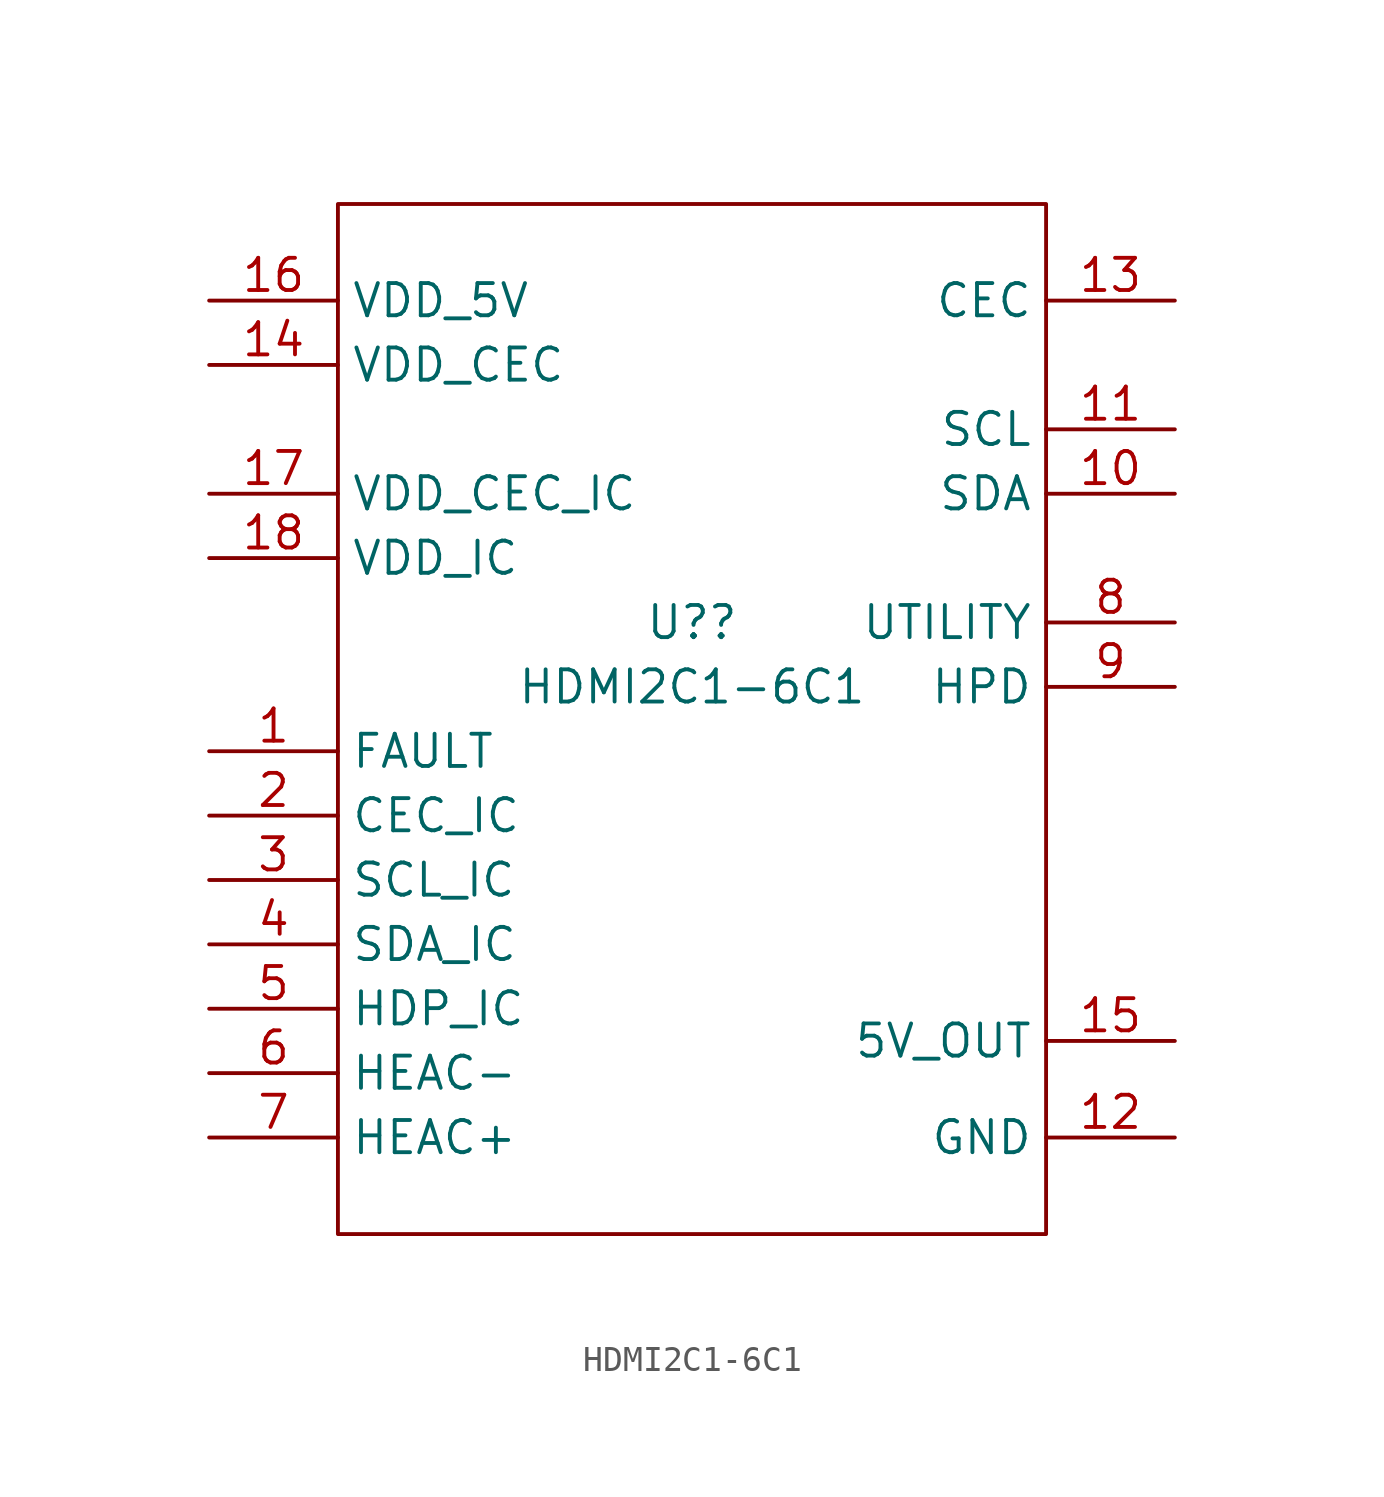
<source format=kicad_sym>
(kicad_symbol_lib
  (version 20220914)
  (generator kicad_symbol_editor)
  (symbol "HDMI2C1-6C1"
    (property "Reference" "U?"
      (at 0 3.81 0)
      (effects (font (size 1.27 1.27))))
    (property "Value" "HDMI2C1-6C1"
      (at 0 1.27 0)
      (effects (font (size 1.27 1.27))))
    (symbol "HDMI2C1-6C1_0_1"
      (rectangle (start -13.97 20.32) (end 13.97 -20.32) (stroke (width 0) (type default)) (fill (type none))))
    (symbol "HDMI2C1-6C1_1_1"
      (pin output line (at -19.05 -1.27 0) (length 5.08) (name "FAULT" (effects (font (size 1.27 1.27)))) (number "1" (effects (font (size 1.27 1.27)))))
      (pin bidirectional line (at 19.05 8.89 180) (length 5.08) (name "SDA" (effects (font (size 1.27 1.27)))) (number "10" (effects (font (size 1.27 1.27)))))
      (pin bidirectional line (at 19.05 11.43 180) (length 5.08) (name "SCL" (effects (font (size 1.27 1.27)))) (number "11" (effects (font (size 1.27 1.27)))))
      (pin power_in line (at 19.05 -16.51 180) (length 5.08) (name "GND" (effects (font (size 1.27 1.27)))) (number "12" (effects (font (size 1.27 1.27)))))
      (pin passive line (at 19.05 16.51 180) (length 5.08) (name "CEC" (effects (font (size 1.27 1.27)))) (number "13" (effects (font (size 1.27 1.27)))))
      (pin power_in line (at -19.05 13.97 0) (length 5.08) (name "VDD_CEC" (effects (font (size 1.27 1.27)))) (number "14" (effects (font (size 1.27 1.27)))))
      (pin power_out line (at 19.05 -12.7 180) (length 5.08) (name "5V_OUT" (effects (font (size 1.27 1.27)))) (number "15" (effects (font (size 1.27 1.27)))))
      (pin power_in line (at -19.05 16.51 0) (length 5.08) (name "VDD_5V" (effects (font (size 1.27 1.27)))) (number "16" (effects (font (size 1.27 1.27)))))
      (pin power_in line (at -19.05 8.89 0) (length 5.08) (name "VDD_CEC_IC" (effects (font (size 1.27 1.27)))) (number "17" (effects (font (size 1.27 1.27)))))
      (pin power_in line (at -19.05 6.35 0) (length 5.08) (name "VDD_IC" (effects (font (size 1.27 1.27)))) (number "18" (effects (font (size 1.27 1.27)))))
      (pin power_in line (at 19.05 -16.51 180) (length 5.08) hide (name "GND" (effects (font (size 1.27 1.27)))) (number "19" (effects (font (size 1.27 1.27)))))
      (pin passive line (at -19.05 -3.81 0) (length 5.08) (name "CEC_IC" (effects (font (size 1.27 1.27)))) (number "2" (effects (font (size 1.27 1.27)))))
      (pin power_in line (at 19.05 -16.51 180) (length 5.08) hide (name "TP" (effects (font (size 1.27 1.27)))) (number "21" (effects (font (size 1.27 1.27)))))
      (pin bidirectional line (at -19.05 -6.35 0) (length 5.08) (name "SCL_IC" (effects (font (size 1.27 1.27)))) (number "3" (effects (font (size 1.27 1.27)))))
      (pin bidirectional line (at -19.05 -8.89 0) (length 5.08) (name "SDA_IC" (effects (font (size 1.27 1.27)))) (number "4" (effects (font (size 1.27 1.27)))))
      (pin output line (at -19.05 -11.43 0) (length 5.08) (name "HDP_IC" (effects (font (size 1.27 1.27)))) (number "5" (effects (font (size 1.27 1.27)))))
      (pin passive line (at -19.05 -13.97 0) (length 5.08) (name "HEAC-" (effects (font (size 1.27 1.27)))) (number "6" (effects (font (size 1.27 1.27)))))
      (pin passive line (at -19.05 -16.51 0) (length 5.08) (name "HEAC+" (effects (font (size 1.27 1.27)))) (number "7" (effects (font (size 1.27 1.27)))))
      (pin passive line (at 19.05 3.81 180) (length 5.08) (name "UTILITY" (effects (font (size 1.27 1.27)))) (number "8" (effects (font (size 1.27 1.27)))))
      (pin passive line (at 19.05 1.27 180) (length 5.08) (name "HPD" (effects (font (size 1.27 1.27)))) (number "9" (effects (font (size 1.27 1.27))))))))
</source>
